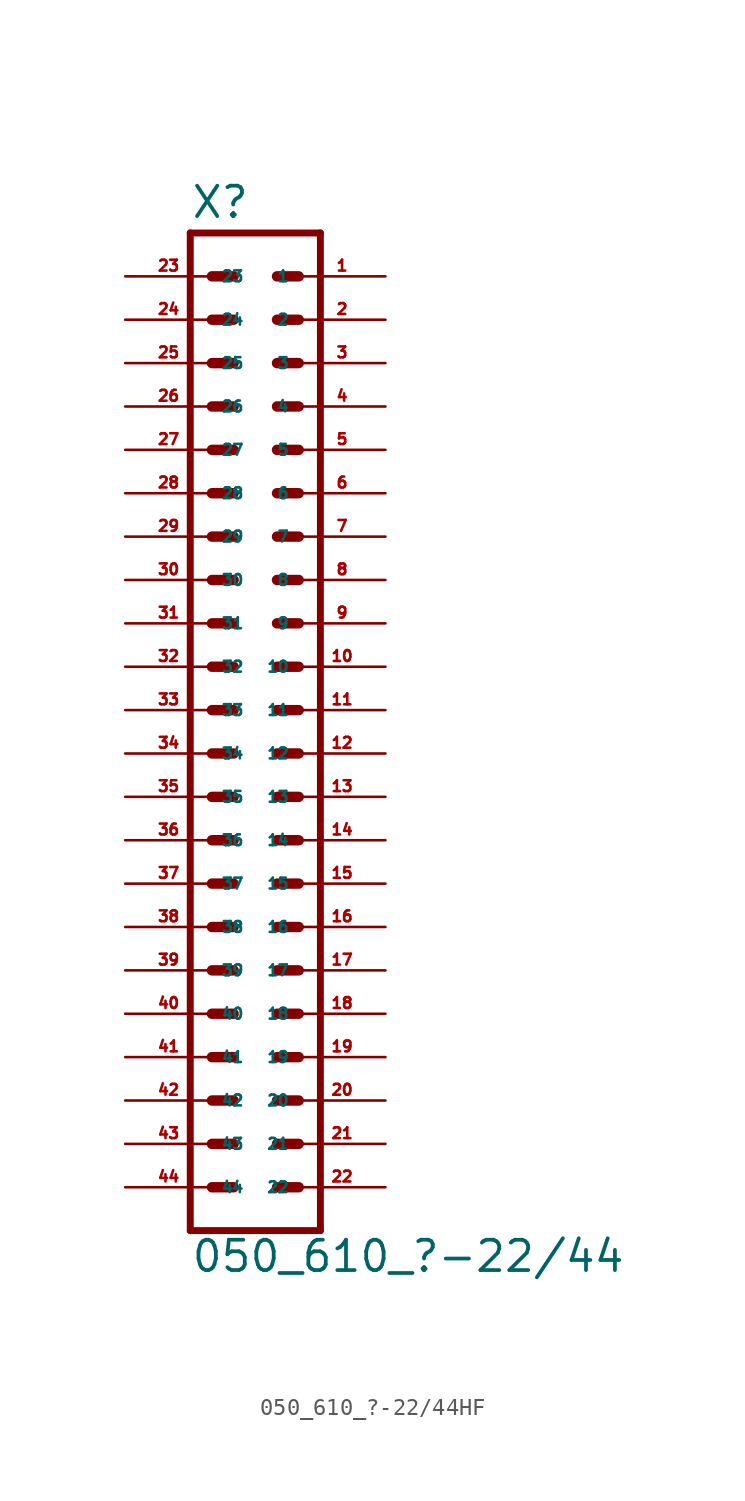
<source format=kicad_sym>
(kicad_symbol_lib
  (version 20220914)
  (generator Eagle2Kicad)
  (symbol "050_610_?-22/44HF"
    (property "Reference" "X"
      (at -3.81 28.702 0)
      (effects (font (size 1.778 1.778) (thickness 0.22)) (justify left bottom)))
    (property "Value" "050_610_?-22/44"
      (at -3.81 -33.02 0)
      (effects (font (size 1.778 1.778) (thickness 0.22)) (justify left bottom)))
    (polyline
      (pts (xy 3.81 -30.48) (xy -3.81 -30.48))
      (stroke (width 0.406) (type default))
      (fill (type none)))
    (polyline
      (pts (xy -3.81 27.94) (xy -3.81 -30.48))
      (stroke (width 0.406) (type default))
      (fill (type none)))
    (polyline
      (pts (xy 3.81 -30.48) (xy 3.81 27.94))
      (stroke (width 0.406) (type default))
      (fill (type none)))
    (polyline
      (pts (xy -3.81 27.94) (xy 3.81 27.94))
      (stroke (width 0.406) (type default))
      (fill (type none)))
    (polyline
      (pts (xy 1.27 25.4) (xy 2.54 25.4))
      (stroke (width 0.61) (type default))
      (fill (type none)))
    (polyline
      (pts (xy 1.27 22.86) (xy 2.54 22.86))
      (stroke (width 0.61) (type default))
      (fill (type none)))
    (polyline
      (pts (xy 1.27 20.32) (xy 2.54 20.32))
      (stroke (width 0.61) (type default))
      (fill (type none)))
    (polyline
      (pts (xy 1.27 17.78) (xy 2.54 17.78))
      (stroke (width 0.61) (type default))
      (fill (type none)))
    (polyline
      (pts (xy 1.27 15.24) (xy 2.54 15.24))
      (stroke (width 0.61) (type default))
      (fill (type none)))
    (polyline
      (pts (xy 1.27 12.7) (xy 2.54 12.7))
      (stroke (width 0.61) (type default))
      (fill (type none)))
    (polyline
      (pts (xy 1.27 10.16) (xy 2.54 10.16))
      (stroke (width 0.61) (type default))
      (fill (type none)))
    (polyline
      (pts (xy 1.27 7.62) (xy 2.54 7.62))
      (stroke (width 0.61) (type default))
      (fill (type none)))
    (polyline
      (pts (xy 1.27 5.08) (xy 2.54 5.08))
      (stroke (width 0.61) (type default))
      (fill (type none)))
    (polyline
      (pts (xy 1.27 2.54) (xy 2.54 2.54))
      (stroke (width 0.61) (type default))
      (fill (type none)))
    (polyline
      (pts (xy 1.27 0) (xy 2.54 0))
      (stroke (width 0.61) (type default))
      (fill (type none)))
    (polyline
      (pts (xy 1.27 -2.54) (xy 2.54 -2.54))
      (stroke (width 0.61) (type default))
      (fill (type none)))
    (polyline
      (pts (xy 1.27 -5.08) (xy 2.54 -5.08))
      (stroke (width 0.61) (type default))
      (fill (type none)))
    (polyline
      (pts (xy 1.27 -7.62) (xy 2.54 -7.62))
      (stroke (width 0.61) (type default))
      (fill (type none)))
    (polyline
      (pts (xy 1.27 -10.16) (xy 2.54 -10.16))
      (stroke (width 0.61) (type default))
      (fill (type none)))
    (polyline
      (pts (xy 1.27 -12.7) (xy 2.54 -12.7))
      (stroke (width 0.61) (type default))
      (fill (type none)))
    (polyline
      (pts (xy 1.27 -15.24) (xy 2.54 -15.24))
      (stroke (width 0.61) (type default))
      (fill (type none)))
    (polyline
      (pts (xy 1.27 -17.78) (xy 2.54 -17.78))
      (stroke (width 0.61) (type default))
      (fill (type none)))
    (polyline
      (pts (xy 1.27 -20.32) (xy 2.54 -20.32))
      (stroke (width 0.61) (type default))
      (fill (type none)))
    (polyline
      (pts (xy 1.27 -22.86) (xy 2.54 -22.86))
      (stroke (width 0.61) (type default))
      (fill (type none)))
    (polyline
      (pts (xy 1.27 -25.4) (xy 2.54 -25.4))
      (stroke (width 0.61) (type default))
      (fill (type none)))
    (polyline
      (pts (xy 1.27 -27.94) (xy 2.54 -27.94))
      (stroke (width 0.61) (type default))
      (fill (type none)))
    (polyline
      (pts (xy -1.27 25.4) (xy -2.54 25.4))
      (stroke (width 0.61) (type default))
      (fill (type none)))
    (polyline
      (pts (xy -1.27 22.86) (xy -2.54 22.86))
      (stroke (width 0.61) (type default))
      (fill (type none)))
    (polyline
      (pts (xy -1.27 20.32) (xy -2.54 20.32))
      (stroke (width 0.61) (type default))
      (fill (type none)))
    (polyline
      (pts (xy -1.27 17.78) (xy -2.54 17.78))
      (stroke (width 0.61) (type default))
      (fill (type none)))
    (polyline
      (pts (xy -1.27 15.24) (xy -2.54 15.24))
      (stroke (width 0.61) (type default))
      (fill (type none)))
    (polyline
      (pts (xy -1.27 12.7) (xy -2.54 12.7))
      (stroke (width 0.61) (type default))
      (fill (type none)))
    (polyline
      (pts (xy -1.27 10.16) (xy -2.54 10.16))
      (stroke (width 0.61) (type default))
      (fill (type none)))
    (polyline
      (pts (xy -1.27 7.62) (xy -2.54 7.62))
      (stroke (width 0.61) (type default))
      (fill (type none)))
    (polyline
      (pts (xy -1.27 5.08) (xy -2.54 5.08))
      (stroke (width 0.61) (type default))
      (fill (type none)))
    (polyline
      (pts (xy -1.27 2.54) (xy -2.54 2.54))
      (stroke (width 0.61) (type default))
      (fill (type none)))
    (polyline
      (pts (xy -1.27 0) (xy -2.54 0))
      (stroke (width 0.61) (type default))
      (fill (type none)))
    (polyline
      (pts (xy -1.27 -2.54) (xy -2.54 -2.54))
      (stroke (width 0.61) (type default))
      (fill (type none)))
    (polyline
      (pts (xy -1.27 -5.08) (xy -2.54 -5.08))
      (stroke (width 0.61) (type default))
      (fill (type none)))
    (polyline
      (pts (xy -1.27 -7.62) (xy -2.54 -7.62))
      (stroke (width 0.61) (type default))
      (fill (type none)))
    (polyline
      (pts (xy -1.27 -10.16) (xy -2.54 -10.16))
      (stroke (width 0.61) (type default))
      (fill (type none)))
    (polyline
      (pts (xy -1.27 -12.7) (xy -2.54 -12.7))
      (stroke (width 0.61) (type default))
      (fill (type none)))
    (polyline
      (pts (xy -1.27 -15.24) (xy -2.54 -15.24))
      (stroke (width 0.61) (type default))
      (fill (type none)))
    (polyline
      (pts (xy -1.27 -17.78) (xy -2.54 -17.78))
      (stroke (width 0.61) (type default))
      (fill (type none)))
    (polyline
      (pts (xy -1.27 -20.32) (xy -2.54 -20.32))
      (stroke (width 0.61) (type default))
      (fill (type none)))
    (polyline
      (pts (xy -1.27 -22.86) (xy -2.54 -22.86))
      (stroke (width 0.61) (type default))
      (fill (type none)))
    (polyline
      (pts (xy -1.27 -25.4) (xy -2.54 -25.4))
      (stroke (width 0.61) (type default))
      (fill (type none)))
    (polyline
      (pts (xy -1.27 -27.94) (xy -2.54 -27.94))
      (stroke (width 0.61) (type default))
      (fill (type none)))
    (pin passive line
      (at 7.62 25.4 180)
      (length 5.08)
      (name "1" (effects (font (size 0.635 0.635) (thickness 0.08)) (justify left bottom)))
      (number "1" (effects (font (size 0.635 0.635) (thickness 0.08)) (justify left bottom))))
    (pin passive line
      (at 7.62 22.86 180)
      (length 5.08)
      (name "2" (effects (font (size 0.635 0.635) (thickness 0.08)) (justify left bottom)))
      (number "2" (effects (font (size 0.635 0.635) (thickness 0.08)) (justify left bottom))))
    (pin passive line
      (at 7.62 20.32 180)
      (length 5.08)
      (name "3" (effects (font (size 0.635 0.635) (thickness 0.08)) (justify left bottom)))
      (number "3" (effects (font (size 0.635 0.635) (thickness 0.08)) (justify left bottom))))
    (pin passive line
      (at 7.62 17.78 180)
      (length 5.08)
      (name "4" (effects (font (size 0.635 0.635) (thickness 0.08)) (justify left bottom)))
      (number "4" (effects (font (size 0.635 0.635) (thickness 0.08)) (justify left bottom))))
    (pin passive line
      (at 7.62 15.24 180)
      (length 5.08)
      (name "5" (effects (font (size 0.635 0.635) (thickness 0.08)) (justify left bottom)))
      (number "5" (effects (font (size 0.635 0.635) (thickness 0.08)) (justify left bottom))))
    (pin passive line
      (at 7.62 12.7 180)
      (length 5.08)
      (name "6" (effects (font (size 0.635 0.635) (thickness 0.08)) (justify left bottom)))
      (number "6" (effects (font (size 0.635 0.635) (thickness 0.08)) (justify left bottom))))
    (pin passive line
      (at 7.62 10.16 180)
      (length 5.08)
      (name "7" (effects (font (size 0.635 0.635) (thickness 0.08)) (justify left bottom)))
      (number "7" (effects (font (size 0.635 0.635) (thickness 0.08)) (justify left bottom))))
    (pin passive line
      (at 7.62 7.62 180)
      (length 5.08)
      (name "8" (effects (font (size 0.635 0.635) (thickness 0.08)) (justify left bottom)))
      (number "8" (effects (font (size 0.635 0.635) (thickness 0.08)) (justify left bottom))))
    (pin passive line
      (at 7.62 5.08 180)
      (length 5.08)
      (name "9" (effects (font (size 0.635 0.635) (thickness 0.08)) (justify left bottom)))
      (number "9" (effects (font (size 0.635 0.635) (thickness 0.08)) (justify left bottom))))
    (pin passive line
      (at 7.62 2.54 180)
      (length 5.08)
      (name "10" (effects (font (size 0.635 0.635) (thickness 0.08)) (justify left bottom)))
      (number "10" (effects (font (size 0.635 0.635) (thickness 0.08)) (justify left bottom))))
    (pin passive line
      (at 7.62 0 180)
      (length 5.08)
      (name "11" (effects (font (size 0.635 0.635) (thickness 0.08)) (justify left bottom)))
      (number "11" (effects (font (size 0.635 0.635) (thickness 0.08)) (justify left bottom))))
    (pin passive line
      (at 7.62 -2.54 180)
      (length 5.08)
      (name "12" (effects (font (size 0.635 0.635) (thickness 0.08)) (justify left bottom)))
      (number "12" (effects (font (size 0.635 0.635) (thickness 0.08)) (justify left bottom))))
    (pin passive line
      (at 7.62 -5.08 180)
      (length 5.08)
      (name "13" (effects (font (size 0.635 0.635) (thickness 0.08)) (justify left bottom)))
      (number "13" (effects (font (size 0.635 0.635) (thickness 0.08)) (justify left bottom))))
    (pin passive line
      (at 7.62 -7.62 180)
      (length 5.08)
      (name "14" (effects (font (size 0.635 0.635) (thickness 0.08)) (justify left bottom)))
      (number "14" (effects (font (size 0.635 0.635) (thickness 0.08)) (justify left bottom))))
    (pin passive line
      (at 7.62 -10.16 180)
      (length 5.08)
      (name "15" (effects (font (size 0.635 0.635) (thickness 0.08)) (justify left bottom)))
      (number "15" (effects (font (size 0.635 0.635) (thickness 0.08)) (justify left bottom))))
    (pin passive line
      (at 7.62 -12.7 180)
      (length 5.08)
      (name "16" (effects (font (size 0.635 0.635) (thickness 0.08)) (justify left bottom)))
      (number "16" (effects (font (size 0.635 0.635) (thickness 0.08)) (justify left bottom))))
    (pin passive line
      (at 7.62 -15.24 180)
      (length 5.08)
      (name "17" (effects (font (size 0.635 0.635) (thickness 0.08)) (justify left bottom)))
      (number "17" (effects (font (size 0.635 0.635) (thickness 0.08)) (justify left bottom))))
    (pin passive line
      (at 7.62 -17.78 180)
      (length 5.08)
      (name "18" (effects (font (size 0.635 0.635) (thickness 0.08)) (justify left bottom)))
      (number "18" (effects (font (size 0.635 0.635) (thickness 0.08)) (justify left bottom))))
    (pin passive line
      (at 7.62 -20.32 180)
      (length 5.08)
      (name "19" (effects (font (size 0.635 0.635) (thickness 0.08)) (justify left bottom)))
      (number "19" (effects (font (size 0.635 0.635) (thickness 0.08)) (justify left bottom))))
    (pin passive line
      (at 7.62 -22.86 180)
      (length 5.08)
      (name "20" (effects (font (size 0.635 0.635) (thickness 0.08)) (justify left bottom)))
      (number "20" (effects (font (size 0.635 0.635) (thickness 0.08)) (justify left bottom))))
    (pin passive line
      (at 7.62 -25.4 180)
      (length 5.08)
      (name "21" (effects (font (size 0.635 0.635) (thickness 0.08)) (justify left bottom)))
      (number "21" (effects (font (size 0.635 0.635) (thickness 0.08)) (justify left bottom))))
    (pin passive line
      (at 7.62 -27.94 180)
      (length 5.08)
      (name "22" (effects (font (size 0.635 0.635) (thickness 0.08)) (justify left bottom)))
      (number "22" (effects (font (size 0.635 0.635) (thickness 0.08)) (justify left bottom))))
    (pin passive line
      (at -7.62 25.4 0)
      (length 5.08)
      (name "23" (effects (font (size 0.635 0.635) (thickness 0.08)) (justify left bottom)))
      (number "23" (effects (font (size 0.635 0.635) (thickness 0.08)) (justify left bottom))))
    (pin passive line
      (at -7.62 22.86 0)
      (length 5.08)
      (name "24" (effects (font (size 0.635 0.635) (thickness 0.08)) (justify left bottom)))
      (number "24" (effects (font (size 0.635 0.635) (thickness 0.08)) (justify left bottom))))
    (pin passive line
      (at -7.62 20.32 0)
      (length 5.08)
      (name "25" (effects (font (size 0.635 0.635) (thickness 0.08)) (justify left bottom)))
      (number "25" (effects (font (size 0.635 0.635) (thickness 0.08)) (justify left bottom))))
    (pin passive line
      (at -7.62 17.78 0)
      (length 5.08)
      (name "26" (effects (font (size 0.635 0.635) (thickness 0.08)) (justify left bottom)))
      (number "26" (effects (font (size 0.635 0.635) (thickness 0.08)) (justify left bottom))))
    (pin passive line
      (at -7.62 15.24 0)
      (length 5.08)
      (name "27" (effects (font (size 0.635 0.635) (thickness 0.08)) (justify left bottom)))
      (number "27" (effects (font (size 0.635 0.635) (thickness 0.08)) (justify left bottom))))
    (pin passive line
      (at -7.62 12.7 0)
      (length 5.08)
      (name "28" (effects (font (size 0.635 0.635) (thickness 0.08)) (justify left bottom)))
      (number "28" (effects (font (size 0.635 0.635) (thickness 0.08)) (justify left bottom))))
    (pin passive line
      (at -7.62 10.16 0)
      (length 5.08)
      (name "29" (effects (font (size 0.635 0.635) (thickness 0.08)) (justify left bottom)))
      (number "29" (effects (font (size 0.635 0.635) (thickness 0.08)) (justify left bottom))))
    (pin passive line
      (at -7.62 7.62 0)
      (length 5.08)
      (name "30" (effects (font (size 0.635 0.635) (thickness 0.08)) (justify left bottom)))
      (number "30" (effects (font (size 0.635 0.635) (thickness 0.08)) (justify left bottom))))
    (pin passive line
      (at -7.62 5.08 0)
      (length 5.08)
      (name "31" (effects (font (size 0.635 0.635) (thickness 0.08)) (justify left bottom)))
      (number "31" (effects (font (size 0.635 0.635) (thickness 0.08)) (justify left bottom))))
    (pin passive line
      (at -7.62 2.54 0)
      (length 5.08)
      (name "32" (effects (font (size 0.635 0.635) (thickness 0.08)) (justify left bottom)))
      (number "32" (effects (font (size 0.635 0.635) (thickness 0.08)) (justify left bottom))))
    (pin passive line
      (at -7.62 0 0)
      (length 5.08)
      (name "33" (effects (font (size 0.635 0.635) (thickness 0.08)) (justify left bottom)))
      (number "33" (effects (font (size 0.635 0.635) (thickness 0.08)) (justify left bottom))))
    (pin passive line
      (at -7.62 -2.54 0)
      (length 5.08)
      (name "34" (effects (font (size 0.635 0.635) (thickness 0.08)) (justify left bottom)))
      (number "34" (effects (font (size 0.635 0.635) (thickness 0.08)) (justify left bottom))))
    (pin passive line
      (at -7.62 -5.08 0)
      (length 5.08)
      (name "35" (effects (font (size 0.635 0.635) (thickness 0.08)) (justify left bottom)))
      (number "35" (effects (font (size 0.635 0.635) (thickness 0.08)) (justify left bottom))))
    (pin passive line
      (at -7.62 -7.62 0)
      (length 5.08)
      (name "36" (effects (font (size 0.635 0.635) (thickness 0.08)) (justify left bottom)))
      (number "36" (effects (font (size 0.635 0.635) (thickness 0.08)) (justify left bottom))))
    (pin passive line
      (at -7.62 -10.16 0)
      (length 5.08)
      (name "37" (effects (font (size 0.635 0.635) (thickness 0.08)) (justify left bottom)))
      (number "37" (effects (font (size 0.635 0.635) (thickness 0.08)) (justify left bottom))))
    (pin passive line
      (at -7.62 -12.7 0)
      (length 5.08)
      (name "38" (effects (font (size 0.635 0.635) (thickness 0.08)) (justify left bottom)))
      (number "38" (effects (font (size 0.635 0.635) (thickness 0.08)) (justify left bottom))))
    (pin passive line
      (at -7.62 -15.24 0)
      (length 5.08)
      (name "39" (effects (font (size 0.635 0.635) (thickness 0.08)) (justify left bottom)))
      (number "39" (effects (font (size 0.635 0.635) (thickness 0.08)) (justify left bottom))))
    (pin passive line
      (at -7.62 -17.78 0)
      (length 5.08)
      (name "40" (effects (font (size 0.635 0.635) (thickness 0.08)) (justify left bottom)))
      (number "40" (effects (font (size 0.635 0.635) (thickness 0.08)) (justify left bottom))))
    (pin passive line
      (at -7.62 -20.32 0)
      (length 5.08)
      (name "41" (effects (font (size 0.635 0.635) (thickness 0.08)) (justify left bottom)))
      (number "41" (effects (font (size 0.635 0.635) (thickness 0.08)) (justify left bottom))))
    (pin passive line
      (at -7.62 -22.86 0)
      (length 5.08)
      (name "42" (effects (font (size 0.635 0.635) (thickness 0.08)) (justify left bottom)))
      (number "42" (effects (font (size 0.635 0.635) (thickness 0.08)) (justify left bottom))))
    (pin passive line
      (at -7.62 -25.4 0)
      (length 5.08)
      (name "43" (effects (font (size 0.635 0.635) (thickness 0.08)) (justify left bottom)))
      (number "43" (effects (font (size 0.635 0.635) (thickness 0.08)) (justify left bottom))))
    (pin passive line
      (at -7.62 -27.94 0)
      (length 5.08)
      (name "44" (effects (font (size 0.635 0.635) (thickness 0.08)) (justify left bottom)))
      (number "44" (effects (font (size 0.635 0.635) (thickness 0.08)) (justify left bottom))))))
</source>
